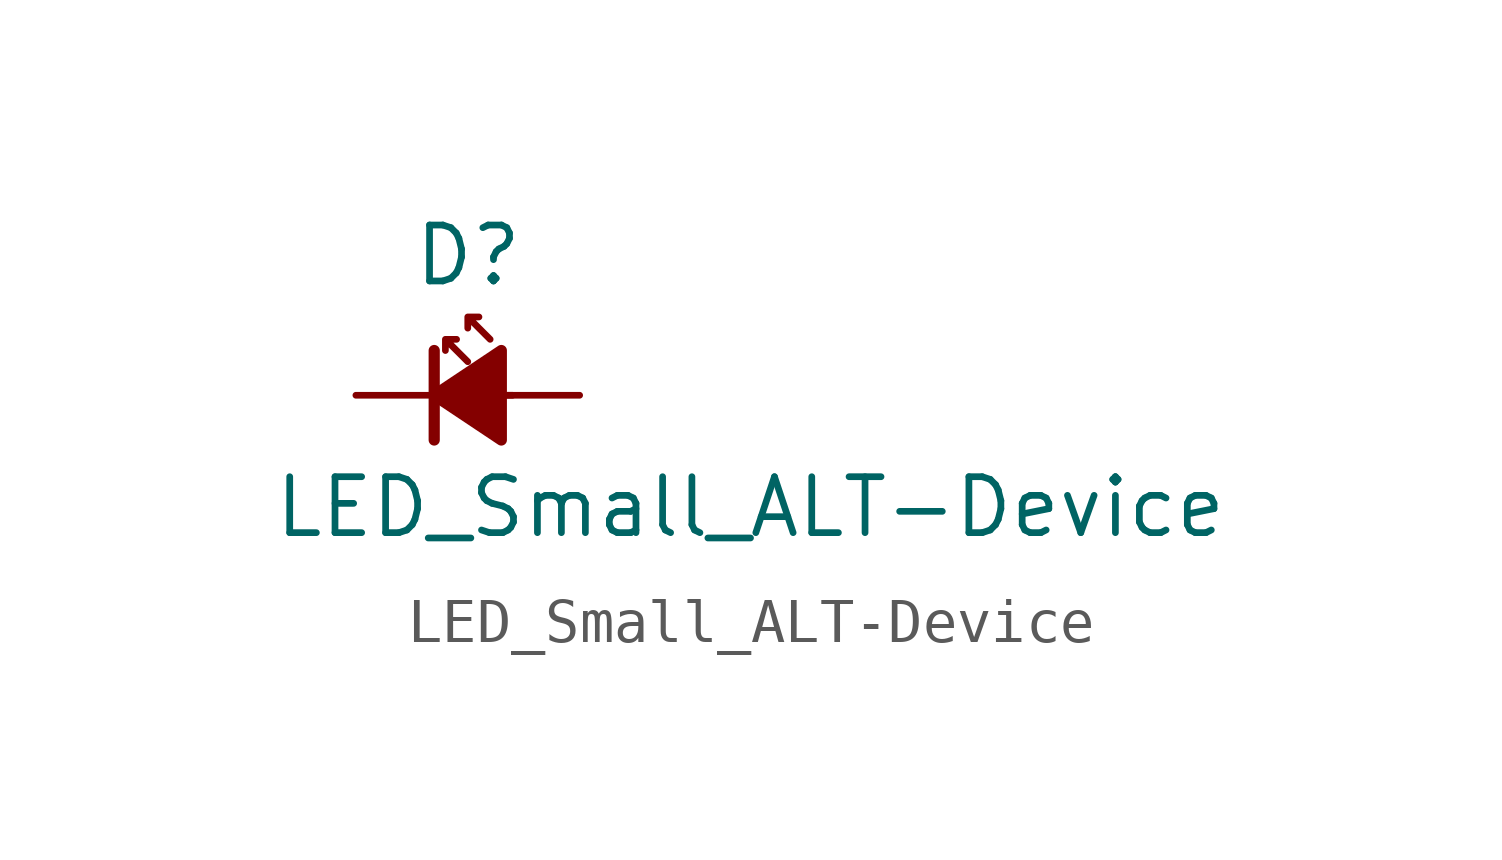
<source format=kicad_sym>
(kicad_symbol_lib
  (version 20211014)
  (generator kicad_symbol_editor)
  (symbol "LED_Small_ALT-Device"
    (pin_numbers hide)
    (pin_names
      (offset 0.254) hide)
    (property "Reference" "D"
      (at -1.27 3.175 0)
      (effects (font (size 1.27 1.27)) (justify left)))
    (property "Value" "LED_Small_ALT-Device"
      (at -4.445 -2.54 0)
      (effects (font (size 1.27 1.27)) (justify left)))
    (symbol "LED_Small_ALT-Device_0_1"
      (polyline (pts (xy -0.762 -1.016) (xy -0.762 1.016)) (stroke (width 0.254) (type default) (color 0 0 0 0)) (fill (type none)))
      (polyline (pts (xy 1.016 0) (xy -0.762 0)) (stroke (width 0) (type default) (color 0 0 0 0)) (fill (type none)))
      (polyline (pts (xy 0.762 -1.016) (xy -0.762 0) (xy 0.762 1.016) (xy 0.762 -1.016)) (stroke (width 0.254) (type default) (color 0 0 0 0)) (fill (type outline)))
      (polyline (pts (xy 0 0.762) (xy -0.508 1.27) (xy -0.254 1.27) (xy -0.508 1.27) (xy -0.508 1.016)) (stroke (width 0) (type default) (color 0 0 0 0)) (fill (type none)))
      (polyline (pts (xy 0.508 1.27) (xy 0 1.778) (xy 0.254 1.778) (xy 0 1.778) (xy 0 1.524)) (stroke (width 0) (type default) (color 0 0 0 0)) (fill (type none))))
    (symbol "LED_Small_ALT-Device_1_1"
      (pin passive line (at -2.54 0 0) (length 1.778) (name "K" (effects (font (size 1.27 1.27)))) (number "1" (effects (font (size 1.27 1.27)))))
      (pin passive line (at 2.54 0 180) (length 1.778) (name "A" (effects (font (size 1.27 1.27)))) (number "2" (effects (font (size 1.27 1.27))))))))
</source>
